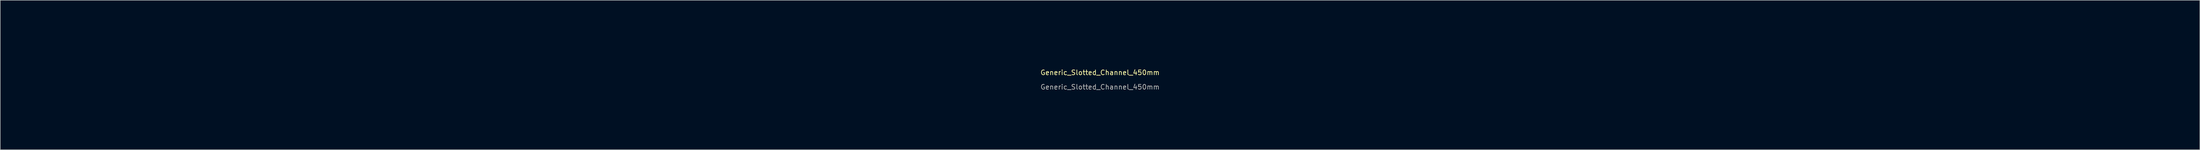
<source format=kicad_pcb>
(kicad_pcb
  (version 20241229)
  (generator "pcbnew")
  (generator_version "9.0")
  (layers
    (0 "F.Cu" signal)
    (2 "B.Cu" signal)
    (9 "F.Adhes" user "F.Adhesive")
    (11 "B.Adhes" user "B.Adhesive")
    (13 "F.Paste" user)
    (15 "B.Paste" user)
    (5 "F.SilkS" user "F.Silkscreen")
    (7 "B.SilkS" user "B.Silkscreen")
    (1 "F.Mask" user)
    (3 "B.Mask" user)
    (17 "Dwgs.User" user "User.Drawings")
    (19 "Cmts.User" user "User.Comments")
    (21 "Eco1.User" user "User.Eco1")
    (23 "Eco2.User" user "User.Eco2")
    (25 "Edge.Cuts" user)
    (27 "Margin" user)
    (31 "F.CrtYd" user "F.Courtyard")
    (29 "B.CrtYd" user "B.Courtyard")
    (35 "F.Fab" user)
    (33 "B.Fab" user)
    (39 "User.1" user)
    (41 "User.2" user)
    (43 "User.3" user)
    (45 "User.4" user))
  (footprint "Generic_Slotted_Channel_450mm"
    (layer "F.Cu")
    (at 225.025 12.525)
    (property "Reference" "Generic_Slotted_Channel_450mm" (at 0 -0.5 0) (unlocked yes) (layer "F.SilkS") (effects (font (size 1 1) (thickness 0.15))))
    (fp_line (start -225 -10.5) (end -225 -12.5) (stroke (width 0.05) (type solid)) (layer "User.1"))
    (fp_line (start -225 10.5) (end -225 -10.5) (stroke (width 0.05) (type solid)) (layer "User.1"))
    (fp_line (start -225 12.5) (end -225 10.5) (stroke (width 0.05) (type solid)) (layer "User.1"))
    (fp_line (start -217 -12.5) (end -225 -12.5) (stroke (width 0.05) (type solid)) (layer "User.1"))
    (fp_line (start -217 -12.5) (end -216.5 -12.5) (stroke (width 0.05) (type solid)) (layer "User.1"))
    (fp_line (start -217 -10.5) (end -225 -10.5) (stroke (width 0.05) (type solid)) (layer "User.1"))
    (fp_line (start -217 -10.5) (end -217 -12.5) (stroke (width 0.05) (type solid)) (layer "User.1"))
    (fp_line (start -217 -10.5) (end -216.5 -10.5) (stroke (width 0.05) (type solid)) (layer "User.1"))
    (fp_line (start -217 10.5) (end -225 10.5) (stroke (width 0.05) (type solid)) (layer "User.1"))
    (fp_line (start -217 10.5) (end -216.5 10.5) (stroke (width 0.05) (type solid)) (layer "User.1"))
    (fp_line (start -217 12.5) (end -225 12.5) (stroke (width 0.05) (type solid)) (layer "User.1"))
    (fp_line (start -217 12.5) (end -217 10.5) (stroke (width 0.05) (type solid)) (layer "User.1"))
    (fp_line (start -217 12.5) (end -216.5 12.5) (stroke (width 0.05) (type solid)) (layer "User.1"))
    (fp_line (start -216.5 -12.5) (end -216 -12.5) (stroke (width 0.05) (type solid)) (layer "User.1"))
    (fp_line (start -216.5 -10.5) (end -216 -10.5) (stroke (width 0.05) (type solid)) (layer "User.1"))
    (fp_line (start -216.5 10.5) (end -216 10.5) (stroke (width 0.05) (type solid)) (layer "User.1"))
    (fp_line (start -216.5 12.5) (end -216 12.5) (stroke (width 0.05) (type solid)) (layer "User.1"))
    (fp_line (start -216 -12.5) (end -215.5 -12.5) (stroke (width 0.05) (type solid)) (layer "User.1"))
    (fp_line (start -216 -10.5) (end -215.5 -10.5) (stroke (width 0.05) (type solid)) (layer "User.1"))
    (fp_line (start -216 10.5) (end -215.5 10.5) (stroke (width 0.05) (type solid)) (layer "User.1"))
    (fp_line (start -216 12.5) (end -215.5 12.5) (stroke (width 0.05) (type solid)) (layer "User.1"))
    (fp_line (start -215.5 -12.5) (end -215 -12.5) (stroke (width 0.05) (type solid)) (layer "User.1"))
    (fp_line (start -215.5 -10.5) (end -215 -10.5) (stroke (width 0.05) (type solid)) (layer "User.1"))
    (fp_line (start -215.5 10.5) (end -215 10.5) (stroke (width 0.05) (type solid)) (layer "User.1"))
    (fp_line (start -215.5 12.5) (end -215 12.5) (stroke (width 0.05) (type solid)) (layer "User.1"))
    (fp_line (start -215 -10.5) (end -215 -12.5) (stroke (width 0.05) (type solid)) (layer "User.1"))
    (fp_line (start -215 12.5) (end -215 10.5) (stroke (width 0.05) (type solid)) (layer "User.1"))
    (fp_line (start -199 -12.5) (end -215 -12.5) (stroke (width 0.05) (type solid)) (layer "User.1"))
    (fp_line (start -199 -12.5) (end -198.5 -12.5) (stroke (width 0.05) (type solid)) (layer "User.1"))
    (fp_line (start -199 -10.5) (end -215 -10.5) (stroke (width 0.05) (type solid)) (layer "User.1"))
    (fp_line (start -199 -10.5) (end -199 -12.5) (stroke (width 0.05) (type solid)) (layer "User.1"))
    (fp_line (start -199 -10.5) (end -198.5 -10.5) (stroke (width 0.05) (type solid)) (layer "User.1"))
    (fp_line (start -199 10.5) (end -215 10.5) (stroke (width 0.05) (type solid)) (layer "User.1"))
    (fp_line (start -199 10.5) (end -198.5 10.5) (stroke (width 0.05) (type solid)) (layer "User.1"))
    (fp_line (start -199 12.5) (end -215 12.5) (stroke (width 0.05) (type solid)) (layer "User.1"))
    (fp_line (start -199 12.5) (end -199 10.5) (stroke (width 0.05) (type solid)) (layer "User.1"))
    (fp_line (start -199 12.5) (end -198.5 12.5) (stroke (width 0.05) (type solid)) (layer "User.1"))
    (fp_line (start -198.5 -12.5) (end -198 -12.5) (stroke (width 0.05) (type solid)) (layer "User.1"))
    (fp_line (start -198.5 -10.5) (end -198 -10.5) (stroke (width 0.05) (type solid)) (layer "User.1"))
    (fp_line (start -198.5 10.5) (end -198 10.5) (stroke (width 0.05) (type solid)) (layer "User.1"))
    (fp_line (start -198.5 12.5) (end -198 12.5) (stroke (width 0.05) (type solid)) (layer "User.1"))
    (fp_line (start -198 -12.5) (end -197.5 -12.5) (stroke (width 0.05) (type solid)) (layer "User.1"))
    (fp_line (start -198 -10.5) (end -197.5 -10.5) (stroke (width 0.05) (type solid)) (layer "User.1"))
    (fp_line (start -198 10.5) (end -197.5 10.5) (stroke (width 0.05) (type solid)) (layer "User.1"))
    (fp_line (start -198 12.5) (end -197.5 12.5) (stroke (width 0.05) (type solid)) (layer "User.1"))
    (fp_line (start -197.5 -12.5) (end -197 -12.5) (stroke (width 0.05) (type solid)) (layer "User.1"))
    (fp_line (start -197.5 -10.5) (end -197 -10.5) (stroke (width 0.05) (type solid)) (layer "User.1"))
    (fp_line (start -197.5 10.5) (end -197 10.5) (stroke (width 0.05) (type solid)) (layer "User.1"))
    (fp_line (start -197.5 12.5) (end -197 12.5) (stroke (width 0.05) (type solid)) (layer "User.1"))
    (fp_line (start -197 -10.5) (end -197 -12.5) (stroke (width 0.05) (type solid)) (layer "User.1"))
    (fp_line (start -197 12.5) (end -197 10.5) (stroke (width 0.05) (type solid)) (layer "User.1"))
    (fp_line (start -181 -12.5) (end -197 -12.5) (stroke (width 0.05) (type solid)) (layer "User.1"))
    (fp_line (start -181 -12.5) (end -180.5 -12.5) (stroke (width 0.05) (type solid)) (layer "User.1"))
    (fp_line (start -181 -10.5) (end -197 -10.5) (stroke (width 0.05) (type solid)) (layer "User.1"))
    (fp_line (start -181 -10.5) (end -181 -12.5) (stroke (width 0.05) (type solid)) (layer "User.1"))
    (fp_line (start -181 -10.5) (end -180.5 -10.5) (stroke (width 0.05) (type solid)) (layer "User.1"))
    (fp_line (start -181 10.5) (end -197 10.5) (stroke (width 0.05) (type solid)) (layer "User.1"))
    (fp_line (start -181 10.5) (end -180.5 10.5) (stroke (width 0.05) (type solid)) (layer "User.1"))
    (fp_line (start -181 12.5) (end -197 12.5) (stroke (width 0.05) (type solid)) (layer "User.1"))
    (fp_line (start -181 12.5) (end -181 10.5) (stroke (width 0.05) (type solid)) (layer "User.1"))
    (fp_line (start -181 12.5) (end -180.5 12.5) (stroke (width 0.05) (type solid)) (layer "User.1"))
    (fp_line (start -180.5 -12.5) (end -180 -12.5) (stroke (width 0.05) (type solid)) (layer "User.1"))
    (fp_line (start -180.5 -10.5) (end -180 -10.5) (stroke (width 0.05) (type solid)) (layer "User.1"))
    (fp_line (start -180.5 10.5) (end -180 10.5) (stroke (width 0.05) (type solid)) (layer "User.1"))
    (fp_line (start -180.5 12.5) (end -180 12.5) (stroke (width 0.05) (type solid)) (layer "User.1"))
    (fp_line (start -180 -12.5) (end -179.5 -12.5) (stroke (width 0.05) (type solid)) (layer "User.1"))
    (fp_line (start -180 -10.5) (end -179.5 -10.5) (stroke (width 0.05) (type solid)) (layer "User.1"))
    (fp_line (start -180 10.5) (end -179.5 10.5) (stroke (width 0.05) (type solid)) (layer "User.1"))
    (fp_line (start -180 12.5) (end -179.5 12.5) (stroke (width 0.05) (type solid)) (layer "User.1"))
    (fp_line (start -179.5 -12.5) (end -179 -12.5) (stroke (width 0.05) (type solid)) (layer "User.1"))
    (fp_line (start -179.5 -10.5) (end -179 -10.5) (stroke (width 0.05) (type solid)) (layer "User.1"))
    (fp_line (start -179.5 10.5) (end -179 10.5) (stroke (width 0.05) (type solid)) (layer "User.1"))
    (fp_line (start -179.5 12.5) (end -179 12.5) (stroke (width 0.05) (type solid)) (layer "User.1"))
    (fp_line (start -179 -10.5) (end -179 -12.5) (stroke (width 0.05) (type solid)) (layer "User.1"))
    (fp_line (start -179 12.5) (end -179 10.5) (stroke (width 0.05) (type solid)) (layer "User.1"))
    (fp_line (start -163 -12.5) (end -179 -12.5) (stroke (width 0.05) (type solid)) (layer "User.1"))
    (fp_line (start -163 -12.5) (end -162.5 -12.5) (stroke (width 0.05) (type solid)) (layer "User.1"))
    (fp_line (start -163 -10.5) (end -179 -10.5) (stroke (width 0.05) (type solid)) (layer "User.1"))
    (fp_line (start -163 -10.5) (end -163 -12.5) (stroke (width 0.05) (type solid)) (layer "User.1"))
    (fp_line (start -163 -10.5) (end -162.5 -10.5) (stroke (width 0.05) (type solid)) (layer "User.1"))
    (fp_line (start -163 10.5) (end -179 10.5) (stroke (width 0.05) (type solid)) (layer "User.1"))
    (fp_line (start -163 10.5) (end -162.5 10.5) (stroke (width 0.05) (type solid)) (layer "User.1"))
    (fp_line (start -163 12.5) (end -179 12.5) (stroke (width 0.05) (type solid)) (layer "User.1"))
    (fp_line (start -163 12.5) (end -163 10.5) (stroke (width 0.05) (type solid)) (layer "User.1"))
    (fp_line (start -163 12.5) (end -162.5 12.5) (stroke (width 0.05) (type solid)) (layer "User.1"))
    (fp_line (start -162.5 -12.5) (end -162 -12.5) (stroke (width 0.05) (type solid)) (layer "User.1"))
    (fp_line (start -162.5 -10.5) (end -162 -10.5) (stroke (width 0.05) (type solid)) (layer "User.1"))
    (fp_line (start -162.5 10.5) (end -162 10.5) (stroke (width 0.05) (type solid)) (layer "User.1"))
    (fp_line (start -162.5 12.5) (end -162 12.5) (stroke (width 0.05) (type solid)) (layer "User.1"))
    (fp_line (start -162 -12.5) (end -161.5 -12.5) (stroke (width 0.05) (type solid)) (layer "User.1"))
    (fp_line (start -162 -10.5) (end -161.5 -10.5) (stroke (width 0.05) (type solid)) (layer "User.1"))
    (fp_line (start -162 10.5) (end -161.5 10.5) (stroke (width 0.05) (type solid)) (layer "User.1"))
    (fp_line (start -162 12.5) (end -161.5 12.5) (stroke (width 0.05) (type solid)) (layer "User.1"))
    (fp_line (start -161.5 -12.5) (end -161 -12.5) (stroke (width 0.05) (type solid)) (layer "User.1"))
    (fp_line (start -161.5 -10.5) (end -161 -10.5) (stroke (width 0.05) (type solid)) (layer "User.1"))
    (fp_line (start -161.5 10.5) (end -161 10.5) (stroke (width 0.05) (type solid)) (layer "User.1"))
    (fp_line (start -161.5 12.5) (end -161 12.5) (stroke (width 0.05) (type solid)) (layer "User.1"))
    (fp_line (start -161 -10.5) (end -161 -12.5) (stroke (width 0.05) (type solid)) (layer "User.1"))
    (fp_line (start -161 12.5) (end -161 10.5) (stroke (width 0.05) (type solid)) (layer "User.1"))
    (fp_line (start -145 -12.5) (end -161 -12.5) (stroke (width 0.05) (type solid)) (layer "User.1"))
    (fp_line (start -145 -12.5) (end -144.5 -12.5) (stroke (width 0.05) (type solid)) (layer "User.1"))
    (fp_line (start -145 -10.5) (end -161 -10.5) (stroke (width 0.05) (type solid)) (layer "User.1"))
    (fp_line (start -145 -10.5) (end -145 -12.5) (stroke (width 0.05) (type solid)) (layer "User.1"))
    (fp_line (start -145 -10.5) (end -144.5 -10.5) (stroke (width 0.05) (type solid)) (layer "User.1"))
    (fp_line (start -145 10.5) (end -161 10.5) (stroke (width 0.05) (type solid)) (layer "User.1"))
    (fp_line (start -145 10.5) (end -144.5 10.5) (stroke (width 0.05) (type solid)) (layer "User.1"))
    (fp_line (start -145 12.5) (end -161 12.5) (stroke (width 0.05) (type solid)) (layer "User.1"))
    (fp_line (start -145 12.5) (end -145 10.5) (stroke (width 0.05) (type solid)) (layer "User.1"))
    (fp_line (start -145 12.5) (end -144.5 12.5) (stroke (width 0.05) (type solid)) (layer "User.1"))
    (fp_line (start -144.5 -12.5) (end -144 -12.5) (stroke (width 0.05) (type solid)) (layer "User.1"))
    (fp_line (start -144.5 -10.5) (end -144 -10.5) (stroke (width 0.05) (type solid)) (layer "User.1"))
    (fp_line (start -144.5 10.5) (end -144 10.5) (stroke (width 0.05) (type solid)) (layer "User.1"))
    (fp_line (start -144.5 12.5) (end -144 12.5) (stroke (width 0.05) (type solid)) (layer "User.1"))
    (fp_line (start -144 -12.5) (end -143.5 -12.5) (stroke (width 0.05) (type solid)) (layer "User.1"))
    (fp_line (start -144 -10.5) (end -143.5 -10.5) (stroke (width 0.05) (type solid)) (layer "User.1"))
    (fp_line (start -144 10.5) (end -143.5 10.5) (stroke (width 0.05) (type solid)) (layer "User.1"))
    (fp_line (start -144 12.5) (end -143.5 12.5) (stroke (width 0.05) (type solid)) (layer "User.1"))
    (fp_line (start -143.5 -12.5) (end -143 -12.5) (stroke (width 0.05) (type solid)) (layer "User.1"))
    (fp_line (start -143.5 -10.5) (end -143 -10.5) (stroke (width 0.05) (type solid)) (layer "User.1"))
    (fp_line (start -143.5 10.5) (end -143 10.5) (stroke (width 0.05) (type solid)) (layer "User.1"))
    (fp_line (start -143.5 12.5) (end -143 12.5) (stroke (width 0.05) (type solid)) (layer "User.1"))
    (fp_line (start -143 -10.5) (end -143 -12.5) (stroke (width 0.05) (type solid)) (layer "User.1"))
    (fp_line (start -143 12.5) (end -143 10.5) (stroke (width 0.05) (type solid)) (layer "User.1"))
    (fp_line (start -127 -12.5) (end -143 -12.5) (stroke (width 0.05) (type solid)) (layer "User.1"))
    (fp_line (start -127 -12.5) (end -126.5 -12.5) (stroke (width 0.05) (type solid)) (layer "User.1"))
    (fp_line (start -127 -10.5) (end -143 -10.5) (stroke (width 0.05) (type solid)) (layer "User.1"))
    (fp_line (start -127 -10.5) (end -127 -12.5) (stroke (width 0.05) (type solid)) (layer "User.1"))
    (fp_line (start -127 -10.5) (end -126.5 -10.5) (stroke (width 0.05) (type solid)) (layer "User.1"))
    (fp_line (start -127 10.5) (end -143 10.5) (stroke (width 0.05) (type solid)) (layer "User.1"))
    (fp_line (start -127 10.5) (end -126.5 10.5) (stroke (width 0.05) (type solid)) (layer "User.1"))
    (fp_line (start -127 12.5) (end -143 12.5) (stroke (width 0.05) (type solid)) (layer "User.1"))
    (fp_line (start -127 12.5) (end -127 10.5) (stroke (width 0.05) (type solid)) (layer "User.1"))
    (fp_line (start -127 12.5) (end -126.5 12.5) (stroke (width 0.05) (type solid)) (layer "User.1"))
    (fp_line (start -126.5 -12.5) (end -126 -12.5) (stroke (width 0.05) (type solid)) (layer "User.1"))
    (fp_line (start -126.5 -10.5) (end -126 -10.5) (stroke (width 0.05) (type solid)) (layer "User.1"))
    (fp_line (start -126.5 10.5) (end -126 10.5) (stroke (width 0.05) (type solid)) (layer "User.1"))
    (fp_line (start -126.5 12.5) (end -126 12.5) (stroke (width 0.05) (type solid)) (layer "User.1"))
    (fp_line (start -126 -12.5) (end -125.5 -12.5) (stroke (width 0.05) (type solid)) (layer "User.1"))
    (fp_line (start -126 -10.5) (end -125.5 -10.5) (stroke (width 0.05) (type solid)) (layer "User.1"))
    (fp_line (start -126 10.5) (end -125.5 10.5) (stroke (width 0.05) (type solid)) (layer "User.1"))
    (fp_line (start -126 12.5) (end -125.5 12.5) (stroke (width 0.05) (type solid)) (layer "User.1"))
    (fp_line (start -125.5 -12.5) (end -125 -12.5) (stroke (width 0.05) (type solid)) (layer "User.1"))
    (fp_line (start -125.5 -10.5) (end -125 -10.5) (stroke (width 0.05) (type solid)) (layer "User.1"))
    (fp_line (start -125.5 10.5) (end -125 10.5) (stroke (width 0.05) (type solid)) (layer "User.1"))
    (fp_line (start -125.5 12.5) (end -125 12.5) (stroke (width 0.05) (type solid)) (layer "User.1"))
    (fp_line (start -125 -10.5) (end -125 -12.5) (stroke (width 0.05) (type solid)) (layer "User.1"))
    (fp_line (start -125 12.5) (end -125 10.5) (stroke (width 0.05) (type solid)) (layer "User.1"))
    (fp_line (start -109 -12.5) (end -125 -12.5) (stroke (width 0.05) (type solid)) (layer "User.1"))
    (fp_line (start -109 -12.5) (end -108.5 -12.5) (stroke (width 0.05) (type solid)) (layer "User.1"))
    (fp_line (start -109 -10.5) (end -125 -10.5) (stroke (width 0.05) (type solid)) (layer "User.1"))
    (fp_line (start -109 -10.5) (end -109 -12.5) (stroke (width 0.05) (type solid)) (layer "User.1"))
    (fp_line (start -109 -10.5) (end -108.5 -10.5) (stroke (width 0.05) (type solid)) (layer "User.1"))
    (fp_line (start -109 10.5) (end -125 10.5) (stroke (width 0.05) (type solid)) (layer "User.1"))
    (fp_line (start -109 10.5) (end -108.5 10.5) (stroke (width 0.05) (type solid)) (layer "User.1"))
    (fp_line (start -109 12.5) (end -125 12.5) (stroke (width 0.05) (type solid)) (layer "User.1"))
    (fp_line (start -109 12.5) (end -109 10.5) (stroke (width 0.05) (type solid)) (layer "User.1"))
    (fp_line (start -109 12.5) (end -108.5 12.5) (stroke (width 0.05) (type solid)) (layer "User.1"))
    (fp_line (start -108.5 -12.5) (end -108 -12.5) (stroke (width 0.05) (type solid)) (layer "User.1"))
    (fp_line (start -108.5 -10.5) (end -108 -10.5) (stroke (width 0.05) (type solid)) (layer "User.1"))
    (fp_line (start -108.5 10.5) (end -108 10.5) (stroke (width 0.05) (type solid)) (layer "User.1"))
    (fp_line (start -108.5 12.5) (end -108 12.5) (stroke (width 0.05) (type solid)) (layer "User.1"))
    (fp_line (start -108 -12.5) (end -107.5 -12.5) (stroke (width 0.05) (type solid)) (layer "User.1"))
    (fp_line (start -108 -10.5) (end -107.5 -10.5) (stroke (width 0.05) (type solid)) (layer "User.1"))
    (fp_line (start -108 10.5) (end -107.5 10.5) (stroke (width 0.05) (type solid)) (layer "User.1"))
    (fp_line (start -108 12.5) (end -107.5 12.5) (stroke (width 0.05) (type solid)) (layer "User.1"))
    (fp_line (start -107.5 -12.5) (end -107 -12.5) (stroke (width 0.05) (type solid)) (layer "User.1"))
    (fp_line (start -107.5 -10.5) (end -107 -10.5) (stroke (width 0.05) (type solid)) (layer "User.1"))
    (fp_line (start -107.5 10.5) (end -107 10.5) (stroke (width 0.05) (type solid)) (layer "User.1"))
    (fp_line (start -107.5 12.5) (end -107 12.5) (stroke (width 0.05) (type solid)) (layer "User.1"))
    (fp_line (start -107 -10.5) (end -107 -12.5) (stroke (width 0.05) (type solid)) (layer "User.1"))
    (fp_line (start -107 12.5) (end -107 10.5) (stroke (width 0.05) (type solid)) (layer "User.1"))
    (fp_line (start -91 -12.5) (end -107 -12.5) (stroke (width 0.05) (type solid)) (layer "User.1"))
    (fp_line (start -91 -12.5) (end -90.5 -12.5) (stroke (width 0.05) (type solid)) (layer "User.1"))
    (fp_line (start -91 -10.5) (end -107 -10.5) (stroke (width 0.05) (type solid)) (layer "User.1"))
    (fp_line (start -91 -10.5) (end -91 -12.5) (stroke (width 0.05) (type solid)) (layer "User.1"))
    (fp_line (start -91 -10.5) (end -90.5 -10.5) (stroke (width 0.05) (type solid)) (layer "User.1"))
    (fp_line (start -91 10.5) (end -107 10.5) (stroke (width 0.05) (type solid)) (layer "User.1"))
    (fp_line (start -91 10.5) (end -90.5 10.5) (stroke (width 0.05) (type solid)) (layer "User.1"))
    (fp_line (start -91 12.5) (end -107 12.5) (stroke (width 0.05) (type solid)) (layer "User.1"))
    (fp_line (start -91 12.5) (end -91 10.5) (stroke (width 0.05) (type solid)) (layer "User.1"))
    (fp_line (start -91 12.5) (end -90.5 12.5) (stroke (width 0.05) (type solid)) (layer "User.1"))
    (fp_line (start -90.5 -12.5) (end -90 -12.5) (stroke (width 0.05) (type solid)) (layer "User.1"))
    (fp_line (start -90.5 -10.5) (end -90 -10.5) (stroke (width 0.05) (type solid)) (layer "User.1"))
    (fp_line (start -90.5 10.5) (end -90 10.5) (stroke (width 0.05) (type solid)) (layer "User.1"))
    (fp_line (start -90.5 12.5) (end -90 12.5) (stroke (width 0.05) (type solid)) (layer "User.1"))
    (fp_line (start -90 -12.5) (end -89.5 -12.5) (stroke (width 0.05) (type solid)) (layer "User.1"))
    (fp_line (start -90 -10.5) (end -89.5 -10.5) (stroke (width 0.05) (type solid)) (layer "User.1"))
    (fp_line (start -90 10.5) (end -89.5 10.5) (stroke (width 0.05) (type solid)) (layer "User.1"))
    (fp_line (start -90 12.5) (end -89.5 12.5) (stroke (width 0.05) (type solid)) (layer "User.1"))
    (fp_line (start -89.5 -12.5) (end -89 -12.5) (stroke (width 0.05) (type solid)) (layer "User.1"))
    (fp_line (start -89.5 -10.5) (end -89 -10.5) (stroke (width 0.05) (type solid)) (layer "User.1"))
    (fp_line (start -89.5 10.5) (end -89 10.5) (stroke (width 0.05) (type solid)) (layer "User.1"))
    (fp_line (start -89.5 12.5) (end -89 12.5) (stroke (width 0.05) (type solid)) (layer "User.1"))
    (fp_line (start -89 -10.5) (end -89 -12.5) (stroke (width 0.05) (type solid)) (layer "User.1"))
    (fp_line (start -89 12.5) (end -89 10.5) (stroke (width 0.05) (type solid)) (layer "User.1"))
    (fp_line (start -73 -12.5) (end -89 -12.5) (stroke (width 0.05) (type solid)) (layer "User.1"))
    (fp_line (start -73 -12.5) (end -72.5 -12.5) (stroke (width 0.05) (type solid)) (layer "User.1"))
    (fp_line (start -73 -10.5) (end -89 -10.5) (stroke (width 0.05) (type solid)) (layer "User.1"))
    (fp_line (start -73 -10.5) (end -73 -12.5) (stroke (width 0.05) (type solid)) (layer "User.1"))
    (fp_line (start -73 -10.5) (end -72.5 -10.5) (stroke (width 0.05) (type solid)) (layer "User.1"))
    (fp_line (start -73 10.5) (end -89 10.5) (stroke (width 0.05) (type solid)) (layer "User.1"))
    (fp_line (start -73 10.5) (end -72.5 10.5) (stroke (width 0.05) (type solid)) (layer "User.1"))
    (fp_line (start -73 12.5) (end -89 12.5) (stroke (width 0.05) (type solid)) (layer "User.1"))
    (fp_line (start -73 12.5) (end -73 10.5) (stroke (width 0.05) (type solid)) (layer "User.1"))
    (fp_line (start -73 12.5) (end -72.5 12.5) (stroke (width 0.05) (type solid)) (layer "User.1"))
    (fp_line (start -72.5 -12.5) (end -72 -12.5) (stroke (width 0.05) (type solid)) (layer "User.1"))
    (fp_line (start -72.5 -10.5) (end -72 -10.5) (stroke (width 0.05) (type solid)) (layer "User.1"))
    (fp_line (start -72.5 10.5) (end -72 10.5) (stroke (width 0.05) (type solid)) (layer "User.1"))
    (fp_line (start -72.5 12.5) (end -72 12.5) (stroke (width 0.05) (type solid)) (layer "User.1"))
    (fp_line (start -72 -12.5) (end -71.5 -12.5) (stroke (width 0.05) (type solid)) (layer "User.1"))
    (fp_line (start -72 -10.5) (end -71.5 -10.5) (stroke (width 0.05) (type solid)) (layer "User.1"))
    (fp_line (start -72 10.5) (end -71.5 10.5) (stroke (width 0.05) (type solid)) (layer "User.1"))
    (fp_line (start -72 12.5) (end -71.5 12.5) (stroke (width 0.05) (type solid)) (layer "User.1"))
    (fp_line (start -71.5 -12.5) (end -71 -12.5) (stroke (width 0.05) (type solid)) (layer "User.1"))
    (fp_line (start -71.5 -10.5) (end -71 -10.5) (stroke (width 0.05) (type solid)) (layer "User.1"))
    (fp_line (start -71.5 10.5) (end -71 10.5) (stroke (width 0.05) (type solid)) (layer "User.1"))
    (fp_line (start -71.5 12.5) (end -71 12.5) (stroke (width 0.05) (type solid)) (layer "User.1"))
    (fp_line (start -71 -10.5) (end -71 -12.5) (stroke (width 0.05) (type solid)) (layer "User.1"))
    (fp_line (start -71 12.5) (end -71 10.5) (stroke (width 0.05) (type solid)) (layer "User.1"))
    (fp_line (start -55 -12.5) (end -71 -12.5) (stroke (width 0.05) (type solid)) (layer "User.1"))
    (fp_line (start -55 -12.5) (end -54.5 -12.5) (stroke (width 0.05) (type solid)) (layer "User.1"))
    (fp_line (start -55 -10.5) (end -71 -10.5) (stroke (width 0.05) (type solid)) (layer "User.1"))
    (fp_line (start -55 -10.5) (end -55 -12.5) (stroke (width 0.05) (type solid)) (layer "User.1"))
    (fp_line (start -55 -10.5) (end -54.5 -10.5) (stroke (width 0.05) (type solid)) (layer "User.1"))
    (fp_line (start -55 10.5) (end -71 10.5) (stroke (width 0.05) (type solid)) (layer "User.1"))
    (fp_line (start -55 10.5) (end -54.5 10.5) (stroke (width 0.05) (type solid)) (layer "User.1"))
    (fp_line (start -55 12.5) (end -71 12.5) (stroke (width 0.05) (type solid)) (layer "User.1"))
    (fp_line (start -55 12.5) (end -55 10.5) (stroke (width 0.05) (type solid)) (layer "User.1"))
    (fp_line (start -55 12.5) (end -54.5 12.5) (stroke (width 0.05) (type solid)) (layer "User.1"))
    (fp_line (start -54.5 -12.5) (end -54 -12.5) (stroke (width 0.05) (type solid)) (layer "User.1"))
    (fp_line (start -54.5 -10.5) (end -54 -10.5) (stroke (width 0.05) (type solid)) (layer "User.1"))
    (fp_line (start -54.5 10.5) (end -54 10.5) (stroke (width 0.05) (type solid)) (layer "User.1"))
    (fp_line (start -54.5 12.5) (end -54 12.5) (stroke (width 0.05) (type solid)) (layer "User.1"))
    (fp_line (start -54 -12.5) (end -53.5 -12.5) (stroke (width 0.05) (type solid)) (layer "User.1"))
    (fp_line (start -54 -10.5) (end -53.5 -10.5) (stroke (width 0.05) (type solid)) (layer "User.1"))
    (fp_line (start -54 10.5) (end -53.5 10.5) (stroke (width 0.05) (type solid)) (layer "User.1"))
    (fp_line (start -54 12.5) (end -53.5 12.5) (stroke (width 0.05) (type solid)) (layer "User.1"))
    (fp_line (start -53.5 -12.5) (end -53 -12.5) (stroke (width 0.05) (type solid)) (layer "User.1"))
    (fp_line (start -53.5 -10.5) (end -53 -10.5) (stroke (width 0.05) (type solid)) (layer "User.1"))
    (fp_line (start -53.5 10.5) (end -53 10.5) (stroke (width 0.05) (type solid)) (layer "User.1"))
    (fp_line (start -53.5 12.5) (end -53 12.5) (stroke (width 0.05) (type solid)) (layer "User.1"))
    (fp_line (start -53 -10.5) (end -53 -12.5) (stroke (width 0.05) (type solid)) (layer "User.1"))
    (fp_line (start -53 12.5) (end -53 10.5) (stroke (width 0.05) (type solid)) (layer "User.1"))
    (fp_line (start -37 -12.5) (end -53 -12.5) (stroke (width 0.05) (type solid)) (layer "User.1"))
    (fp_line (start -37 -12.5) (end -36.5 -12.5) (stroke (width 0.05) (type solid)) (layer "User.1"))
    (fp_line (start -37 -10.5) (end -53 -10.5) (stroke (width 0.05) (type solid)) (layer "User.1"))
    (fp_line (start -37 -10.5) (end -37 -12.5) (stroke (width 0.05) (type solid)) (layer "User.1"))
    (fp_line (start -37 -10.5) (end -36.5 -10.5) (stroke (width 0.05) (type solid)) (layer "User.1"))
    (fp_line (start -37 10.5) (end -53 10.5) (stroke (width 0.05) (type solid)) (layer "User.1"))
    (fp_line (start -37 10.5) (end -36.5 10.5) (stroke (width 0.05) (type solid)) (layer "User.1"))
    (fp_line (start -37 12.5) (end -53 12.5) (stroke (width 0.05) (type solid)) (layer "User.1"))
    (fp_line (start -37 12.5) (end -37 10.5) (stroke (width 0.05) (type solid)) (layer "User.1"))
    (fp_line (start -37 12.5) (end -36.5 12.5) (stroke (width 0.05) (type solid)) (layer "User.1"))
    (fp_line (start -36.5 -12.5) (end -36 -12.5) (stroke (width 0.05) (type solid)) (layer "User.1"))
    (fp_line (start -36.5 -10.5) (end -36 -10.5) (stroke (width 0.05) (type solid)) (layer "User.1"))
    (fp_line (start -36.5 10.5) (end -36 10.5) (stroke (width 0.05) (type solid)) (layer "User.1"))
    (fp_line (start -36.5 12.5) (end -36 12.5) (stroke (width 0.05) (type solid)) (layer "User.1"))
    (fp_line (start -36 -12.5) (end -35.5 -12.5) (stroke (width 0.05) (type solid)) (layer "User.1"))
    (fp_line (start -36 -10.5) (end -35.5 -10.5) (stroke (width 0.05) (type solid)) (layer "User.1"))
    (fp_line (start -36 10.5) (end -35.5 10.5) (stroke (width 0.05) (type solid)) (layer "User.1"))
    (fp_line (start -36 12.5) (end -35.5 12.5) (stroke (width 0.05) (type solid)) (layer "User.1"))
    (fp_line (start -35.5 -12.5) (end -35 -12.5) (stroke (width 0.05) (type solid)) (layer "User.1"))
    (fp_line (start -35.5 -10.5) (end -35 -10.5) (stroke (width 0.05) (type solid)) (layer "User.1"))
    (fp_line (start -35.5 10.5) (end -35 10.5) (stroke (width 0.05) (type solid)) (layer "User.1"))
    (fp_line (start -35.5 12.5) (end -35 12.5) (stroke (width 0.05) (type solid)) (layer "User.1"))
    (fp_line (start -35 -10.5) (end -35 -12.5) (stroke (width 0.05) (type solid)) (layer "User.1"))
    (fp_line (start -35 12.5) (end -35 10.5) (stroke (width 0.05) (type solid)) (layer "User.1"))
    (fp_line (start -19 -12.5) (end -35 -12.5) (stroke (width 0.05) (type solid)) (layer "User.1"))
    (fp_line (start -19 -12.5) (end -18.5 -12.5) (stroke (width 0.05) (type solid)) (layer "User.1"))
    (fp_line (start -19 -10.5) (end -35 -10.5) (stroke (width 0.05) (type solid)) (layer "User.1"))
    (fp_line (start -19 -10.5) (end -19 -12.5) (stroke (width 0.05) (type solid)) (layer "User.1"))
    (fp_line (start -19 -10.5) (end -18.5 -10.5) (stroke (width 0.05) (type solid)) (layer "User.1"))
    (fp_line (start -19 10.5) (end -35 10.5) (stroke (width 0.05) (type solid)) (layer "User.1"))
    (fp_line (start -19 10.5) (end -18.5 10.5) (stroke (width 0.05) (type solid)) (layer "User.1"))
    (fp_line (start -19 12.5) (end -35 12.5) (stroke (width 0.05) (type solid)) (layer "User.1"))
    (fp_line (start -19 12.5) (end -19 10.5) (stroke (width 0.05) (type solid)) (layer "User.1"))
    (fp_line (start -19 12.5) (end -18.5 12.5) (stroke (width 0.05) (type solid)) (layer "User.1"))
    (fp_line (start -18.5 -12.5) (end -18 -12.5) (stroke (width 0.05) (type solid)) (layer "User.1"))
    (fp_line (start -18.5 -10.5) (end -18 -10.5) (stroke (width 0.05) (type solid)) (layer "User.1"))
    (fp_line (start -18.5 10.5) (end -18 10.5) (stroke (width 0.05) (type solid)) (layer "User.1"))
    (fp_line (start -18.5 12.5) (end -18 12.5) (stroke (width 0.05) (type solid)) (layer "User.1"))
    (fp_line (start -18 -12.5) (end -17.5 -12.5) (stroke (width 0.05) (type solid)) (layer "User.1"))
    (fp_line (start -18 -10.5) (end -17.5 -10.5) (stroke (width 0.05) (type solid)) (layer "User.1"))
    (fp_line (start -18 10.5) (end -17.5 10.5) (stroke (width 0.05) (type solid)) (layer "User.1"))
    (fp_line (start -18 12.5) (end -17.5 12.5) (stroke (width 0.05) (type solid)) (layer "User.1"))
    (fp_line (start -17.5 -12.5) (end -17 -12.5) (stroke (width 0.05) (type solid)) (layer "User.1"))
    (fp_line (start -17.5 -10.5) (end -17 -10.5) (stroke (width 0.05) (type solid)) (layer "User.1"))
    (fp_line (start -17.5 10.5) (end -17 10.5) (stroke (width 0.05) (type solid)) (layer "User.1"))
    (fp_line (start -17.5 12.5) (end -17 12.5) (stroke (width 0.05) (type solid)) (layer "User.1"))
    (fp_line (start -17 -10.5) (end -17 -12.5) (stroke (width 0.05) (type solid)) (layer "User.1"))
    (fp_line (start -17 12.5) (end -17 10.5) (stroke (width 0.05) (type solid)) (layer "User.1"))
    (fp_line (start -1 -12.5) (end -17 -12.5) (stroke (width 0.05) (type solid)) (layer "User.1"))
    (fp_line (start -1 -12.5) (end -0.5 -12.5) (stroke (width 0.05) (type solid)) (layer "User.1"))
    (fp_line (start -1 -10.5) (end -17 -10.5) (stroke (width 0.05) (type solid)) (layer "User.1"))
    (fp_line (start -1 -10.5) (end -1 -12.5) (stroke (width 0.05) (type solid)) (layer "User.1"))
    (fp_line (start -1 -10.5) (end -0.5 -10.5) (stroke (width 0.05) (type solid)) (layer "User.1"))
    (fp_line (start -1 10.5) (end -17 10.5) (stroke (width 0.05) (type solid)) (layer "User.1"))
    (fp_line (start -1 10.5) (end -0.5 10.5) (stroke (width 0.05) (type solid)) (layer "User.1"))
    (fp_line (start -1 12.5) (end -17 12.5) (stroke (width 0.05) (type solid)) (layer "User.1"))
    (fp_line (start -1 12.5) (end -1 10.5) (stroke (width 0.05) (type solid)) (layer "User.1"))
    (fp_line (start -1 12.5) (end -0.5 12.5) (stroke (width 0.05) (type solid)) (layer "User.1"))
    (fp_line (start -0.5 -12.5) (end 0 -12.5) (stroke (width 0.05) (type solid)) (layer "User.1"))
    (fp_line (start -0.5 -10.5) (end 0 -10.5) (stroke (width 0.05) (type solid)) (layer "User.1"))
    (fp_line (start -0.5 10.5) (end 0 10.5) (stroke (width 0.05) (type solid)) (layer "User.1"))
    (fp_line (start -0.5 12.5) (end 0 12.5) (stroke (width 0.05) (type solid)) (layer "User.1"))
    (fp_line (start 0 -12.5) (end 0.5 -12.5) (stroke (width 0.05) (type solid)) (layer "User.1"))
    (fp_line (start 0 -10.5) (end 0.5 -10.5) (stroke (width 0.05) (type solid)) (layer "User.1"))
    (fp_line (start 0 10.5) (end 0.5 10.5) (stroke (width 0.05) (type solid)) (layer "User.1"))
    (fp_line (start 0 12.5) (end 0.5 12.5) (stroke (width 0.05) (type solid)) (layer "User.1"))
    (fp_line (start 0.5 -12.5) (end 1 -12.5) (stroke (width 0.05) (type solid)) (layer "User.1"))
    (fp_line (start 0.5 -10.5) (end 1 -10.5) (stroke (width 0.05) (type solid)) (layer "User.1"))
    (fp_line (start 0.5 10.5) (end 1 10.5) (stroke (width 0.05) (type solid)) (layer "User.1"))
    (fp_line (start 0.5 12.5) (end 1 12.5) (stroke (width 0.05) (type solid)) (layer "User.1"))
    (fp_line (start 1 -10.5) (end 1 -12.5) (stroke (width 0.05) (type solid)) (layer "User.1"))
    (fp_line (start 1 12.5) (end 1 10.5) (stroke (width 0.05) (type solid)) (layer "User.1"))
    (fp_line (start 17 -12.5) (end 1 -12.5) (stroke (width 0.05) (type solid)) (layer "User.1"))
    (fp_line (start 17 -12.5) (end 17.5 -12.5) (stroke (width 0.05) (type solid)) (layer "User.1"))
    (fp_line (start 17 -10.5) (end 1 -10.5) (stroke (width 0.05) (type solid)) (layer "User.1"))
    (fp_line (start 17 -10.5) (end 17 -12.5) (stroke (width 0.05) (type solid)) (layer "User.1"))
    (fp_line (start 17 -10.5) (end 17.5 -10.5) (stroke (width 0.05) (type solid)) (layer "User.1"))
    (fp_line (start 17 10.5) (end 1 10.5) (stroke (width 0.05) (type solid)) (layer "User.1"))
    (fp_line (start 17 10.5) (end 17.5 10.5) (stroke (width 0.05) (type solid)) (layer "User.1"))
    (fp_line (start 17 12.5) (end 1 12.5) (stroke (width 0.05) (type solid)) (layer "User.1"))
    (fp_line (start 17 12.5) (end 17 10.5) (stroke (width 0.05) (type solid)) (layer "User.1"))
    (fp_line (start 17 12.5) (end 17.5 12.5) (stroke (width 0.05) (type solid)) (layer "User.1"))
    (fp_line (start 17.5 -12.5) (end 18 -12.5) (stroke (width 0.05) (type solid)) (layer "User.1"))
    (fp_line (start 17.5 -10.5) (end 18 -10.5) (stroke (width 0.05) (type solid)) (layer "User.1"))
    (fp_line (start 17.5 10.5) (end 18 10.5) (stroke (width 0.05) (type solid)) (layer "User.1"))
    (fp_line (start 17.5 12.5) (end 18 12.5) (stroke (width 0.05) (type solid)) (layer "User.1"))
    (fp_line (start 18 -12.5) (end 18.5 -12.5) (stroke (width 0.05) (type solid)) (layer "User.1"))
    (fp_line (start 18 -10.5) (end 18.5 -10.5) (stroke (width 0.05) (type solid)) (layer "User.1"))
    (fp_line (start 18 10.5) (end 18.5 10.5) (stroke (width 0.05) (type solid)) (layer "User.1"))
    (fp_line (start 18 12.5) (end 18.5 12.5) (stroke (width 0.05) (type solid)) (layer "User.1"))
    (fp_line (start 18.5 -12.5) (end 19 -12.5) (stroke (width 0.05) (type solid)) (layer "User.1"))
    (fp_line (start 18.5 -10.5) (end 19 -10.5) (stroke (width 0.05) (type solid)) (layer "User.1"))
    (fp_line (start 18.5 10.5) (end 19 10.5) (stroke (width 0.05) (type solid)) (layer "User.1"))
    (fp_line (start 18.5 12.5) (end 19 12.5) (stroke (width 0.05) (type solid)) (layer "User.1"))
    (fp_line (start 19 -10.5) (end 19 -12.5) (stroke (width 0.05) (type solid)) (layer "User.1"))
    (fp_line (start 19 12.5) (end 19 10.5) (stroke (width 0.05) (type solid)) (layer "User.1"))
    (fp_line (start 35 -12.5) (end 19 -12.5) (stroke (width 0.05) (type solid)) (layer "User.1"))
    (fp_line (start 35 -12.5) (end 35.5 -12.5) (stroke (width 0.05) (type solid)) (layer "User.1"))
    (fp_line (start 35 -10.5) (end 19 -10.5) (stroke (width 0.05) (type solid)) (layer "User.1"))
    (fp_line (start 35 -10.5) (end 35 -12.5) (stroke (width 0.05) (type solid)) (layer "User.1"))
    (fp_line (start 35 -10.5) (end 35.5 -10.5) (stroke (width 0.05) (type solid)) (layer "User.1"))
    (fp_line (start 35 10.5) (end 19 10.5) (stroke (width 0.05) (type solid)) (layer "User.1"))
    (fp_line (start 35 10.5) (end 35.5 10.5) (stroke (width 0.05) (type solid)) (layer "User.1"))
    (fp_line (start 35 12.5) (end 19 12.5) (stroke (width 0.05) (type solid)) (layer "User.1"))
    (fp_line (start 35 12.5) (end 35 10.5) (stroke (width 0.05) (type solid)) (layer "User.1"))
    (fp_line (start 35 12.5) (end 35.5 12.5) (stroke (width 0.05) (type solid)) (layer "User.1"))
    (fp_line (start 35.5 -12.5) (end 36 -12.5) (stroke (width 0.05) (type solid)) (layer "User.1"))
    (fp_line (start 35.5 -10.5) (end 36 -10.5) (stroke (width 0.05) (type solid)) (layer "User.1"))
    (fp_line (start 35.5 10.5) (end 36 10.5) (stroke (width 0.05) (type solid)) (layer "User.1"))
    (fp_line (start 35.5 12.5) (end 36 12.5) (stroke (width 0.05) (type solid)) (layer "User.1"))
    (fp_line (start 36 -12.5) (end 36.5 -12.5) (stroke (width 0.05) (type solid)) (layer "User.1"))
    (fp_line (start 36 -10.5) (end 36.5 -10.5) (stroke (width 0.05) (type solid)) (layer "User.1"))
    (fp_line (start 36 10.5) (end 36.5 10.5) (stroke (width 0.05) (type solid)) (layer "User.1"))
    (fp_line (start 36 12.5) (end 36.5 12.5) (stroke (width 0.05) (type solid)) (layer "User.1"))
    (fp_line (start 36.5 -12.5) (end 37 -12.5) (stroke (width 0.05) (type solid)) (layer "User.1"))
    (fp_line (start 36.5 -10.5) (end 37 -10.5) (stroke (width 0.05) (type solid)) (layer "User.1"))
    (fp_line (start 36.5 10.5) (end 37 10.5) (stroke (width 0.05) (type solid)) (layer "User.1"))
    (fp_line (start 36.5 12.5) (end 37 12.5) (stroke (width 0.05) (type solid)) (layer "User.1"))
    (fp_line (start 37 -10.5) (end 37 -12.5) (stroke (width 0.05) (type solid)) (layer "User.1"))
    (fp_line (start 37 12.5) (end 37 10.5) (stroke (width 0.05) (type solid)) (layer "User.1"))
    (fp_line (start 53 -12.5) (end 37 -12.5) (stroke (width 0.05) (type solid)) (layer "User.1"))
    (fp_line (start 53 -12.5) (end 53.5 -12.5) (stroke (width 0.05) (type solid)) (layer "User.1"))
    (fp_line (start 53 -10.5) (end 37 -10.5) (stroke (width 0.05) (type solid)) (layer "User.1"))
    (fp_line (start 53 -10.5) (end 53 -12.5) (stroke (width 0.05) (type solid)) (layer "User.1"))
    (fp_line (start 53 -10.5) (end 53.5 -10.5) (stroke (width 0.05) (type solid)) (layer "User.1"))
    (fp_line (start 53 10.5) (end 37 10.5) (stroke (width 0.05) (type solid)) (layer "User.1"))
    (fp_line (start 53 10.5) (end 53.5 10.5) (stroke (width 0.05) (type solid)) (layer "User.1"))
    (fp_line (start 53 12.5) (end 37 12.5) (stroke (width 0.05) (type solid)) (layer "User.1"))
    (fp_line (start 53 12.5) (end 53 10.5) (stroke (width 0.05) (type solid)) (layer "User.1"))
    (fp_line (start 53 12.5) (end 53.5 12.5) (stroke (width 0.05) (type solid)) (layer "User.1"))
    (fp_line (start 53.5 -12.5) (end 54 -12.5) (stroke (width 0.05) (type solid)) (layer "User.1"))
    (fp_line (start 53.5 -10.5) (end 54 -10.5) (stroke (width 0.05) (type solid)) (layer "User.1"))
    (fp_line (start 53.5 10.5) (end 54 10.5) (stroke (width 0.05) (type solid)) (layer "User.1"))
    (fp_line (start 53.5 12.5) (end 54 12.5) (stroke (width 0.05) (type solid)) (layer "User.1"))
    (fp_line (start 54 -12.5) (end 54.5 -12.5) (stroke (width 0.05) (type solid)) (layer "User.1"))
    (fp_line (start 54 -10.5) (end 54.5 -10.5) (stroke (width 0.05) (type solid)) (layer "User.1"))
    (fp_line (start 54 10.5) (end 54.5 10.5) (stroke (width 0.05) (type solid)) (layer "User.1"))
    (fp_line (start 54 12.5) (end 54.5 12.5) (stroke (width 0.05) (type solid)) (layer "User.1"))
    (fp_line (start 54.5 -12.5) (end 55 -12.5) (stroke (width 0.05) (type solid)) (layer "User.1"))
    (fp_line (start 54.5 -10.5) (end 55 -10.5) (stroke (width 0.05) (type solid)) (layer "User.1"))
    (fp_line (start 54.5 10.5) (end 55 10.5) (stroke (width 0.05) (type solid)) (layer "User.1"))
    (fp_line (start 54.5 12.5) (end 55 12.5) (stroke (width 0.05) (type solid)) (layer "User.1"))
    (fp_line (start 55 -10.5) (end 55 -12.5) (stroke (width 0.05) (type solid)) (layer "User.1"))
    (fp_line (start 55 12.5) (end 55 10.5) (stroke (width 0.05) (type solid)) (layer "User.1"))
    (fp_line (start 71 -12.5) (end 55 -12.5) (stroke (width 0.05) (type solid)) (layer "User.1"))
    (fp_line (start 71 -12.5) (end 71.5 -12.5) (stroke (width 0.05) (type solid)) (layer "User.1"))
    (fp_line (start 71 -10.5) (end 55 -10.5) (stroke (width 0.05) (type solid)) (layer "User.1"))
    (fp_line (start 71 -10.5) (end 71 -12.5) (stroke (width 0.05) (type solid)) (layer "User.1"))
    (fp_line (start 71 -10.5) (end 71.5 -10.5) (stroke (width 0.05) (type solid)) (layer "User.1"))
    (fp_line (start 71 10.5) (end 55 10.5) (stroke (width 0.05) (type solid)) (layer "User.1"))
    (fp_line (start 71 10.5) (end 71.5 10.5) (stroke (width 0.05) (type solid)) (layer "User.1"))
    (fp_line (start 71 12.5) (end 55 12.5) (stroke (width 0.05) (type solid)) (layer "User.1"))
    (fp_line (start 71 12.5) (end 71 10.5) (stroke (width 0.05) (type solid)) (layer "User.1"))
    (fp_line (start 71 12.5) (end 71.5 12.5) (stroke (width 0.05) (type solid)) (layer "User.1"))
    (fp_line (start 71.5 -12.5) (end 72 -12.5) (stroke (width 0.05) (type solid)) (layer "User.1"))
    (fp_line (start 71.5 -10.5) (end 72 -10.5) (stroke (width 0.05) (type solid)) (layer "User.1"))
    (fp_line (start 71.5 10.5) (end 72 10.5) (stroke (width 0.05) (type solid)) (layer "User.1"))
    (fp_line (start 71.5 12.5) (end 72 12.5) (stroke (width 0.05) (type solid)) (layer "User.1"))
    (fp_line (start 72 -12.5) (end 72.5 -12.5) (stroke (width 0.05) (type solid)) (layer "User.1"))
    (fp_line (start 72 -10.5) (end 72.5 -10.5) (stroke (width 0.05) (type solid)) (layer "User.1"))
    (fp_line (start 72 10.5) (end 72.5 10.5) (stroke (width 0.05) (type solid)) (layer "User.1"))
    (fp_line (start 72 12.5) (end 72.5 12.5) (stroke (width 0.05) (type solid)) (layer "User.1"))
    (fp_line (start 72.5 -12.5) (end 73 -12.5) (stroke (width 0.05) (type solid)) (layer "User.1"))
    (fp_line (start 72.5 -10.5) (end 73 -10.5) (stroke (width 0.05) (type solid)) (layer "User.1"))
    (fp_line (start 72.5 10.5) (end 73 10.5) (stroke (width 0.05) (type solid)) (layer "User.1"))
    (fp_line (start 72.5 12.5) (end 73 12.5) (stroke (width 0.05) (type solid)) (layer "User.1"))
    (fp_line (start 73 -10.5) (end 73 -12.5) (stroke (width 0.05) (type solid)) (layer "User.1"))
    (fp_line (start 73 12.5) (end 73 10.5) (stroke (width 0.05) (type solid)) (layer "User.1"))
    (fp_line (start 89 -12.5) (end 73 -12.5) (stroke (width 0.05) (type solid)) (layer "User.1"))
    (fp_line (start 89 -12.5) (end 89.5 -12.5) (stroke (width 0.05) (type solid)) (layer "User.1"))
    (fp_line (start 89 -10.5) (end 73 -10.5) (stroke (width 0.05) (type solid)) (layer "User.1"))
    (fp_line (start 89 -10.5) (end 89 -12.5) (stroke (width 0.05) (type solid)) (layer "User.1"))
    (fp_line (start 89 -10.5) (end 89.5 -10.5) (stroke (width 0.05) (type solid)) (layer "User.1"))
    (fp_line (start 89 10.5) (end 73 10.5) (stroke (width 0.05) (type solid)) (layer "User.1"))
    (fp_line (start 89 10.5) (end 89.5 10.5) (stroke (width 0.05) (type solid)) (layer "User.1"))
    (fp_line (start 89 12.5) (end 73 12.5) (stroke (width 0.05) (type solid)) (layer "User.1"))
    (fp_line (start 89 12.5) (end 89 10.5) (stroke (width 0.05) (type solid)) (layer "User.1"))
    (fp_line (start 89 12.5) (end 89.5 12.5) (stroke (width 0.05) (type solid)) (layer "User.1"))
    (fp_line (start 89.5 -12.5) (end 90 -12.5) (stroke (width 0.05) (type solid)) (layer "User.1"))
    (fp_line (start 89.5 -10.5) (end 90 -10.5) (stroke (width 0.05) (type solid)) (layer "User.1"))
    (fp_line (start 89.5 10.5) (end 90 10.5) (stroke (width 0.05) (type solid)) (layer "User.1"))
    (fp_line (start 89.5 12.5) (end 90 12.5) (stroke (width 0.05) (type solid)) (layer "User.1"))
    (fp_line (start 90 -12.5) (end 90.5 -12.5) (stroke (width 0.05) (type solid)) (layer "User.1"))
    (fp_line (start 90 -10.5) (end 90.5 -10.5) (stroke (width 0.05) (type solid)) (layer "User.1"))
    (fp_line (start 90 10.5) (end 90.5 10.5) (stroke (width 0.05) (type solid)) (layer "User.1"))
    (fp_line (start 90 12.5) (end 90.5 12.5) (stroke (width 0.05) (type solid)) (layer "User.1"))
    (fp_line (start 90.5 -12.5) (end 91 -12.5) (stroke (width 0.05) (type solid)) (layer "User.1"))
    (fp_line (start 90.5 -10.5) (end 91 -10.5) (stroke (width 0.05) (type solid)) (layer "User.1"))
    (fp_line (start 90.5 10.5) (end 91 10.5) (stroke (width 0.05) (type solid)) (layer "User.1"))
    (fp_line (start 90.5 12.5) (end 91 12.5) (stroke (width 0.05) (type solid)) (layer "User.1"))
    (fp_line (start 91 -10.5) (end 91 -12.5) (stroke (width 0.05) (type solid)) (layer "User.1"))
    (fp_line (start 91 12.5) (end 91 10.5) (stroke (width 0.05) (type solid)) (layer "User.1"))
    (fp_line (start 107 -12.5) (end 91 -12.5) (stroke (width 0.05) (type solid)) (layer "User.1"))
    (fp_line (start 107 -12.5) (end 107.5 -12.5) (stroke (width 0.05) (type solid)) (layer "User.1"))
    (fp_line (start 107 -10.5) (end 91 -10.5) (stroke (width 0.05) (type solid)) (layer "User.1"))
    (fp_line (start 107 -10.5) (end 107 -12.5) (stroke (width 0.05) (type solid)) (layer "User.1"))
    (fp_line (start 107 -10.5) (end 107.5 -10.5) (stroke (width 0.05) (type solid)) (layer "User.1"))
    (fp_line (start 107 10.5) (end 91 10.5) (stroke (width 0.05) (type solid)) (layer "User.1"))
    (fp_line (start 107 10.5) (end 107.5 10.5) (stroke (width 0.05) (type solid)) (layer "User.1"))
    (fp_line (start 107 12.5) (end 91 12.5) (stroke (width 0.05) (type solid)) (layer "User.1"))
    (fp_line (start 107 12.5) (end 107 10.5) (stroke (width 0.05) (type solid)) (layer "User.1"))
    (fp_line (start 107 12.5) (end 107.5 12.5) (stroke (width 0.05) (type solid)) (layer "User.1"))
    (fp_line (start 107.5 -12.5) (end 108 -12.5) (stroke (width 0.05) (type solid)) (layer "User.1"))
    (fp_line (start 107.5 -10.5) (end 108 -10.5) (stroke (width 0.05) (type solid)) (layer "User.1"))
    (fp_line (start 107.5 10.5) (end 108 10.5) (stroke (width 0.05) (type solid)) (layer "User.1"))
    (fp_line (start 107.5 12.5) (end 108 12.5) (stroke (width 0.05) (type solid)) (layer "User.1"))
    (fp_line (start 108 -12.5) (end 108.5 -12.5) (stroke (width 0.05) (type solid)) (layer "User.1"))
    (fp_line (start 108 -10.5) (end 108.5 -10.5) (stroke (width 0.05) (type solid)) (layer "User.1"))
    (fp_line (start 108 10.5) (end 108.5 10.5) (stroke (width 0.05) (type solid)) (layer "User.1"))
    (fp_line (start 108 12.5) (end 108.5 12.5) (stroke (width 0.05) (type solid)) (layer "User.1"))
    (fp_line (start 108.5 -12.5) (end 109 -12.5) (stroke (width 0.05) (type solid)) (layer "User.1"))
    (fp_line (start 108.5 -10.5) (end 109 -10.5) (stroke (width 0.05) (type solid)) (layer "User.1"))
    (fp_line (start 108.5 10.5) (end 109 10.5) (stroke (width 0.05) (type solid)) (layer "User.1"))
    (fp_line (start 108.5 12.5) (end 109 12.5) (stroke (width 0.05) (type solid)) (layer "User.1"))
    (fp_line (start 109 -10.5) (end 109 -12.5) (stroke (width 0.05) (type solid)) (layer "User.1"))
    (fp_line (start 109 12.5) (end 109 10.5) (stroke (width 0.05) (type solid)) (layer "User.1"))
    (fp_line (start 125 -12.5) (end 109 -12.5) (stroke (width 0.05) (type solid)) (layer "User.1"))
    (fp_line (start 125 -12.5) (end 125.5 -12.5) (stroke (width 0.05) (type solid)) (layer "User.1"))
    (fp_line (start 125 -10.5) (end 109 -10.5) (stroke (width 0.05) (type solid)) (layer "User.1"))
    (fp_line (start 125 -10.5) (end 125 -12.5) (stroke (width 0.05) (type solid)) (layer "User.1"))
    (fp_line (start 125 -10.5) (end 125.5 -10.5) (stroke (width 0.05) (type solid)) (layer "User.1"))
    (fp_line (start 125 10.5) (end 109 10.5) (stroke (width 0.05) (type solid)) (layer "User.1"))
    (fp_line (start 125 10.5) (end 125.5 10.5) (stroke (width 0.05) (type solid)) (layer "User.1"))
    (fp_line (start 125 12.5) (end 109 12.5) (stroke (width 0.05) (type solid)) (layer "User.1"))
    (fp_line (start 125 12.5) (end 125 10.5) (stroke (width 0.05) (type solid)) (layer "User.1"))
    (fp_line (start 125 12.5) (end 125.5 12.5) (stroke (width 0.05) (type solid)) (layer "User.1"))
    (fp_line (start 125.5 -12.5) (end 126 -12.5) (stroke (width 0.05) (type solid)) (layer "User.1"))
    (fp_line (start 125.5 -10.5) (end 126 -10.5) (stroke (width 0.05) (type solid)) (layer "User.1"))
    (fp_line (start 125.5 10.5) (end 126 10.5) (stroke (width 0.05) (type solid)) (layer "User.1"))
    (fp_line (start 125.5 12.5) (end 126 12.5) (stroke (width 0.05) (type solid)) (layer "User.1"))
    (fp_line (start 126 -12.5) (end 126.5 -12.5) (stroke (width 0.05) (type solid)) (layer "User.1"))
    (fp_line (start 126 -10.5) (end 126.5 -10.5) (stroke (width 0.05) (type solid)) (layer "User.1"))
    (fp_line (start 126 10.5) (end 126.5 10.5) (stroke (width 0.05) (type solid)) (layer "User.1"))
    (fp_line (start 126 12.5) (end 126.5 12.5) (stroke (width 0.05) (type solid)) (layer "User.1"))
    (fp_line (start 126.5 -12.5) (end 127 -12.5) (stroke (width 0.05) (type solid)) (layer "User.1"))
    (fp_line (start 126.5 -10.5) (end 127 -10.5) (stroke (width 0.05) (type solid)) (layer "User.1"))
    (fp_line (start 126.5 10.5) (end 127 10.5) (stroke (width 0.05) (type solid)) (layer "User.1"))
    (fp_line (start 126.5 12.5) (end 127 12.5) (stroke (width 0.05) (type solid)) (layer "User.1"))
    (fp_line (start 127 -10.5) (end 127 -12.5) (stroke (width 0.05) (type solid)) (layer "User.1"))
    (fp_line (start 127 12.5) (end 127 10.5) (stroke (width 0.05) (type solid)) (layer "User.1"))
    (fp_line (start 143 -12.5) (end 127 -12.5) (stroke (width 0.05) (type solid)) (layer "User.1"))
    (fp_line (start 143 -12.5) (end 143.5 -12.5) (stroke (width 0.05) (type solid)) (layer "User.1"))
    (fp_line (start 143 -10.5) (end 127 -10.5) (stroke (width 0.05) (type solid)) (layer "User.1"))
    (fp_line (start 143 -10.5) (end 143 -12.5) (stroke (width 0.05) (type solid)) (layer "User.1"))
    (fp_line (start 143 -10.5) (end 143.5 -10.5) (stroke (width 0.05) (type solid)) (layer "User.1"))
    (fp_line (start 143 10.5) (end 127 10.5) (stroke (width 0.05) (type solid)) (layer "User.1"))
    (fp_line (start 143 10.5) (end 143.5 10.5) (stroke (width 0.05) (type solid)) (layer "User.1"))
    (fp_line (start 143 12.5) (end 127 12.5) (stroke (width 0.05) (type solid)) (layer "User.1"))
    (fp_line (start 143 12.5) (end 143 10.5) (stroke (width 0.05) (type solid)) (layer "User.1"))
    (fp_line (start 143 12.5) (end 143.5 12.5) (stroke (width 0.05) (type solid)) (layer "User.1"))
    (fp_line (start 143.5 -12.5) (end 144 -12.5) (stroke (width 0.05) (type solid)) (layer "User.1"))
    (fp_line (start 143.5 -10.5) (end 144 -10.5) (stroke (width 0.05) (type solid)) (layer "User.1"))
    (fp_line (start 143.5 10.5) (end 144 10.5) (stroke (width 0.05) (type solid)) (layer "User.1"))
    (fp_line (start 143.5 12.5) (end 144 12.5) (stroke (width 0.05) (type solid)) (layer "User.1"))
    (fp_line (start 144 -12.5) (end 144.5 -12.5) (stroke (width 0.05) (type solid)) (layer "User.1"))
    (fp_line (start 144 -10.5) (end 144.5 -10.5) (stroke (width 0.05) (type solid)) (layer "User.1"))
    (fp_line (start 144 10.5) (end 144.5 10.5) (stroke (width 0.05) (type solid)) (layer "User.1"))
    (fp_line (start 144 12.5) (end 144.5 12.5) (stroke (width 0.05) (type solid)) (layer "User.1"))
    (fp_line (start 144.5 -12.5) (end 145 -12.5) (stroke (width 0.05) (type solid)) (layer "User.1"))
    (fp_line (start 144.5 -10.5) (end 145 -10.5) (stroke (width 0.05) (type solid)) (layer "User.1"))
    (fp_line (start 144.5 10.5) (end 145 10.5) (stroke (width 0.05) (type solid)) (layer "User.1"))
    (fp_line (start 144.5 12.5) (end 145 12.5) (stroke (width 0.05) (type solid)) (layer "User.1"))
    (fp_line (start 145 -10.5) (end 145 -12.5) (stroke (width 0.05) (type solid)) (layer "User.1"))
    (fp_line (start 145 12.5) (end 145 10.5) (stroke (width 0.05) (type solid)) (layer "User.1"))
    (fp_line (start 161 -12.5) (end 145 -12.5) (stroke (width 0.05) (type solid)) (layer "User.1"))
    (fp_line (start 161 -12.5) (end 161.5 -12.5) (stroke (width 0.05) (type solid)) (layer "User.1"))
    (fp_line (start 161 -10.5) (end 145 -10.5) (stroke (width 0.05) (type solid)) (layer "User.1"))
    (fp_line (start 161 -10.5) (end 161 -12.5) (stroke (width 0.05) (type solid)) (layer "User.1"))
    (fp_line (start 161 -10.5) (end 161.5 -10.5) (stroke (width 0.05) (type solid)) (layer "User.1"))
    (fp_line (start 161 10.5) (end 145 10.5) (stroke (width 0.05) (type solid)) (layer "User.1"))
    (fp_line (start 161 10.5) (end 161.5 10.5) (stroke (width 0.05) (type solid)) (layer "User.1"))
    (fp_line (start 161 12.5) (end 145 12.5) (stroke (width 0.05) (type solid)) (layer "User.1"))
    (fp_line (start 161 12.5) (end 161 10.5) (stroke (width 0.05) (type solid)) (layer "User.1"))
    (fp_line (start 161 12.5) (end 161.5 12.5) (stroke (width 0.05) (type solid)) (layer "User.1"))
    (fp_line (start 161.5 -12.5) (end 162 -12.5) (stroke (width 0.05) (type solid)) (layer "User.1"))
    (fp_line (start 161.5 -10.5) (end 162 -10.5) (stroke (width 0.05) (type solid)) (layer "User.1"))
    (fp_line (start 161.5 10.5) (end 162 10.5) (stroke (width 0.05) (type solid)) (layer "User.1"))
    (fp_line (start 161.5 12.5) (end 162 12.5) (stroke (width 0.05) (type solid)) (layer "User.1"))
    (fp_line (start 162 -12.5) (end 162.5 -12.5) (stroke (width 0.05) (type solid)) (layer "User.1"))
    (fp_line (start 162 -10.5) (end 162.5 -10.5) (stroke (width 0.05) (type solid)) (layer "User.1"))
    (fp_line (start 162 10.5) (end 162.5 10.5) (stroke (width 0.05) (type solid)) (layer "User.1"))
    (fp_line (start 162 12.5) (end 162.5 12.5) (stroke (width 0.05) (type solid)) (layer "User.1"))
    (fp_line (start 162.5 -12.5) (end 163 -12.5) (stroke (width 0.05) (type solid)) (layer "User.1"))
    (fp_line (start 162.5 -10.5) (end 163 -10.5) (stroke (width 0.05) (type solid)) (layer "User.1"))
    (fp_line (start 162.5 10.5) (end 163 10.5) (stroke (width 0.05) (type solid)) (layer "User.1"))
    (fp_line (start 162.5 12.5) (end 163 12.5) (stroke (width 0.05) (type solid)) (layer "User.1"))
    (fp_line (start 163 -10.5) (end 163 -12.5) (stroke (width 0.05) (type solid)) (layer "User.1"))
    (fp_line (start 163 12.5) (end 163 10.5) (stroke (width 0.05) (type solid)) (layer "User.1"))
    (fp_line (start 179 -12.5) (end 163 -12.5) (stroke (width 0.05) (type solid)) (layer "User.1"))
    (fp_line (start 179 -12.5) (end 179.5 -12.5) (stroke (width 0.05) (type solid)) (layer "User.1"))
    (fp_line (start 179 -10.5) (end 163 -10.5) (stroke (width 0.05) (type solid)) (layer "User.1"))
    (fp_line (start 179 -10.5) (end 179 -12.5) (stroke (width 0.05) (type solid)) (layer "User.1"))
    (fp_line (start 179 -10.5) (end 179.5 -10.5) (stroke (width 0.05) (type solid)) (layer "User.1"))
    (fp_line (start 179 10.5) (end 163 10.5) (stroke (width 0.05) (type solid)) (layer "User.1"))
    (fp_line (start 179 10.5) (end 179.5 10.5) (stroke (width 0.05) (type solid)) (layer "User.1"))
    (fp_line (start 179 12.5) (end 163 12.5) (stroke (width 0.05) (type solid)) (layer "User.1"))
    (fp_line (start 179 12.5) (end 179 10.5) (stroke (width 0.05) (type solid)) (layer "User.1"))
    (fp_line (start 179 12.5) (end 179.5 12.5) (stroke (width 0.05) (type solid)) (layer "User.1"))
    (fp_line (start 179.5 -12.5) (end 180 -12.5) (stroke (width 0.05) (type solid)) (layer "User.1"))
    (fp_line (start 179.5 -10.5) (end 180 -10.5) (stroke (width 0.05) (type solid)) (layer "User.1"))
    (fp_line (start 179.5 10.5) (end 180 10.5) (stroke (width 0.05) (type solid)) (layer "User.1"))
    (fp_line (start 179.5 12.5) (end 180 12.5) (stroke (width 0.05) (type solid)) (layer "User.1"))
    (fp_line (start 180 -12.5) (end 180.5 -12.5) (stroke (width 0.05) (type solid)) (layer "User.1"))
    (fp_line (start 180 -10.5) (end 180.5 -10.5) (stroke (width 0.05) (type solid)) (layer "User.1"))
    (fp_line (start 180 10.5) (end 180.5 10.5) (stroke (width 0.05) (type solid)) (layer "User.1"))
    (fp_line (start 180 12.5) (end 180.5 12.5) (stroke (width 0.05) (type solid)) (layer "User.1"))
    (fp_line (start 180.5 -12.5) (end 181 -12.5) (stroke (width 0.05) (type solid)) (layer "User.1"))
    (fp_line (start 180.5 -10.5) (end 181 -10.5) (stroke (width 0.05) (type solid)) (layer "User.1"))
    (fp_line (start 180.5 10.5) (end 181 10.5) (stroke (width 0.05) (type solid)) (layer "User.1"))
    (fp_line (start 180.5 12.5) (end 181 12.5) (stroke (width 0.05) (type solid)) (layer "User.1"))
    (fp_line (start 181 -10.5) (end 181 -12.5) (stroke (width 0.05) (type solid)) (layer "User.1"))
    (fp_line (start 181 12.5) (end 181 10.5) (stroke (width 0.05) (type solid)) (layer "User.1"))
    (fp_line (start 197 -12.5) (end 181 -12.5) (stroke (width 0.05) (type solid)) (layer "User.1"))
    (fp_line (start 197 -12.5) (end 197.5 -12.5) (stroke (width 0.05) (type solid)) (layer "User.1"))
    (fp_line (start 197 -10.5) (end 181 -10.5) (stroke (width 0.05) (type solid)) (layer "User.1"))
    (fp_line (start 197 -10.5) (end 197 -12.5) (stroke (width 0.05) (type solid)) (layer "User.1"))
    (fp_line (start 197 -10.5) (end 197.5 -10.5) (stroke (width 0.05) (type solid)) (layer "User.1"))
    (fp_line (start 197 10.5) (end 181 10.5) (stroke (width 0.05) (type solid)) (layer "User.1"))
    (fp_line (start 197 10.5) (end 197.5 10.5) (stroke (width 0.05) (type solid)) (layer "User.1"))
    (fp_line (start 197 12.5) (end 181 12.5) (stroke (width 0.05) (type solid)) (layer "User.1"))
    (fp_line (start 197 12.5) (end 197 10.5) (stroke (width 0.05) (type solid)) (layer "User.1"))
    (fp_line (start 197 12.5) (end 197.5 12.5) (stroke (width 0.05) (type solid)) (layer "User.1"))
    (fp_line (start 197.5 -12.5) (end 198 -12.5) (stroke (width 0.05) (type solid)) (layer "User.1"))
    (fp_line (start 197.5 -10.5) (end 198 -10.5) (stroke (width 0.05) (type solid)) (layer "User.1"))
    (fp_line (start 197.5 10.5) (end 198 10.5) (stroke (width 0.05) (type solid)) (layer "User.1"))
    (fp_line (start 197.5 12.5) (end 198 12.5) (stroke (width 0.05) (type solid)) (layer "User.1"))
    (fp_line (start 198 -12.5) (end 198.5 -12.5) (stroke (width 0.05) (type solid)) (layer "User.1"))
    (fp_line (start 198 -10.5) (end 198.5 -10.5) (stroke (width 0.05) (type solid)) (layer "User.1"))
    (fp_line (start 198 10.5) (end 198.5 10.5) (stroke (width 0.05) (type solid)) (layer "User.1"))
    (fp_line (start 198 12.5) (end 198.5 12.5) (stroke (width 0.05) (type solid)) (layer "User.1"))
    (fp_line (start 198.5 -12.5) (end 199 -12.5) (stroke (width 0.05) (type solid)) (layer "User.1"))
    (fp_line (start 198.5 -10.5) (end 199 -10.5) (stroke (width 0.05) (type solid)) (layer "User.1"))
    (fp_line (start 198.5 10.5) (end 199 10.5) (stroke (width 0.05) (type solid)) (layer "User.1"))
    (fp_line (start 198.5 12.5) (end 199 12.5) (stroke (width 0.05) (type solid)) (layer "User.1"))
    (fp_line (start 199 -10.5) (end 199 -12.5) (stroke (width 0.05) (type solid)) (layer "User.1"))
    (fp_line (start 199 12.5) (end 199 10.5) (stroke (width 0.05) (type solid)) (layer "User.1"))
    (fp_line (start 215 -12.5) (end 199 -12.5) (stroke (width 0.05) (type solid)) (layer "User.1"))
    (fp_line (start 215 -12.5) (end 215.5 -12.5) (stroke (width 0.05) (type solid)) (layer "User.1"))
    (fp_line (start 215 -10.5) (end 199 -10.5) (stroke (width 0.05) (type solid)) (layer "User.1"))
    (fp_line (start 215 -10.5) (end 215 -12.5) (stroke (width 0.05) (type solid)) (layer "User.1"))
    (fp_line (start 215 -10.5) (end 215.5 -10.5) (stroke (width 0.05) (type solid)) (layer "User.1"))
    (fp_line (start 215 10.5) (end 199 10.5) (stroke (width 0.05) (type solid)) (layer "User.1"))
    (fp_line (start 215 10.5) (end 215.5 10.5) (stroke (width 0.05) (type solid)) (layer "User.1"))
    (fp_line (start 215 12.5) (end 199 12.5) (stroke (width 0.05) (type solid)) (layer "User.1"))
    (fp_line (start 215 12.5) (end 215 10.5) (stroke (width 0.05) (type solid)) (layer "User.1"))
    (fp_line (start 215 12.5) (end 215.5 12.5) (stroke (width 0.05) (type solid)) (layer "User.1"))
    (fp_line (start 215.5 -12.5) (end 216 -12.5) (stroke (width 0.05) (type solid)) (layer "User.1"))
    (fp_line (start 215.5 -10.5) (end 216 -10.5) (stroke (width 0.05) (type solid)) (layer "User.1"))
    (fp_line (start 215.5 10.5) (end 216 10.5) (stroke (width 0.05) (type solid)) (layer "User.1"))
    (fp_line (start 215.5 12.5) (end 216 12.5) (stroke (width 0.05) (type solid)) (layer "User.1"))
    (fp_line (start 216 -12.5) (end 216.5 -12.5) (stroke (width 0.05) (type solid)) (layer "User.1"))
    (fp_line (start 216 -10.5) (end 216.5 -10.5) (stroke (width 0.05) (type solid)) (layer "User.1"))
    (fp_line (start 216 10.5) (end 216.5 10.5) (stroke (width 0.05) (type solid)) (layer "User.1"))
    (fp_line (start 216 12.5) (end 216.5 12.5) (stroke (width 0.05) (type solid)) (layer "User.1"))
    (fp_line (start 216.5 -12.5) (end 217 -12.5) (stroke (width 0.05) (type solid)) (layer "User.1"))
    (fp_line (start 216.5 -10.5) (end 217 -10.5) (stroke (width 0.05) (type solid)) (layer "User.1"))
    (fp_line (start 216.5 10.5) (end 217 10.5) (stroke (width 0.05) (type solid)) (layer "User.1"))
    (fp_line (start 216.5 12.5) (end 217 12.5) (stroke (width 0.05) (type solid)) (layer "User.1"))
    (fp_line (start 217 -10.5) (end 217 -12.5) (stroke (width 0.05) (type solid)) (layer "User.1"))
    (fp_line (start 217 12.5) (end 217 10.5) (stroke (width 0.05) (type solid)) (layer "User.1"))
    (fp_line (start 225 -12.5) (end 217 -12.5) (stroke (width 0.05) (type solid)) (layer "User.1"))
    (fp_line (start 225 -10.5) (end 217 -10.5) (stroke (width 0.05) (type solid)) (layer "User.1"))
    (fp_line (start 225 -10.5) (end 225 -12.5) (stroke (width 0.05) (type solid)) (layer "User.1"))
    (fp_line (start 225 10.5) (end 217 10.5) (stroke (width 0.05) (type solid)) (layer "User.1"))
    (fp_line (start 225 10.5) (end 225 -10.5) (stroke (width 0.05) (type solid)) (layer "User.1"))
    (fp_line (start 225 12.5) (end 217 12.5) (stroke (width 0.05) (type solid)) (layer "User.1"))
    (fp_line (start 225 12.5) (end 225 10.5) (stroke (width 0.05) (type solid)) (layer "User.1"))
    (fp_text user "${REFERENCE}" (at 0 2.5 0) (unlocked yes) (layer "F.Fab") (effects (font (size 1 1) (thickness 0.15)))))
  (gr_rect
    (start -3 -3)
    (end 453.05 28.05)
    (stroke (width 0.1) (type default))
    (fill no)
    (layer "Edge.Cuts")))
</source>
